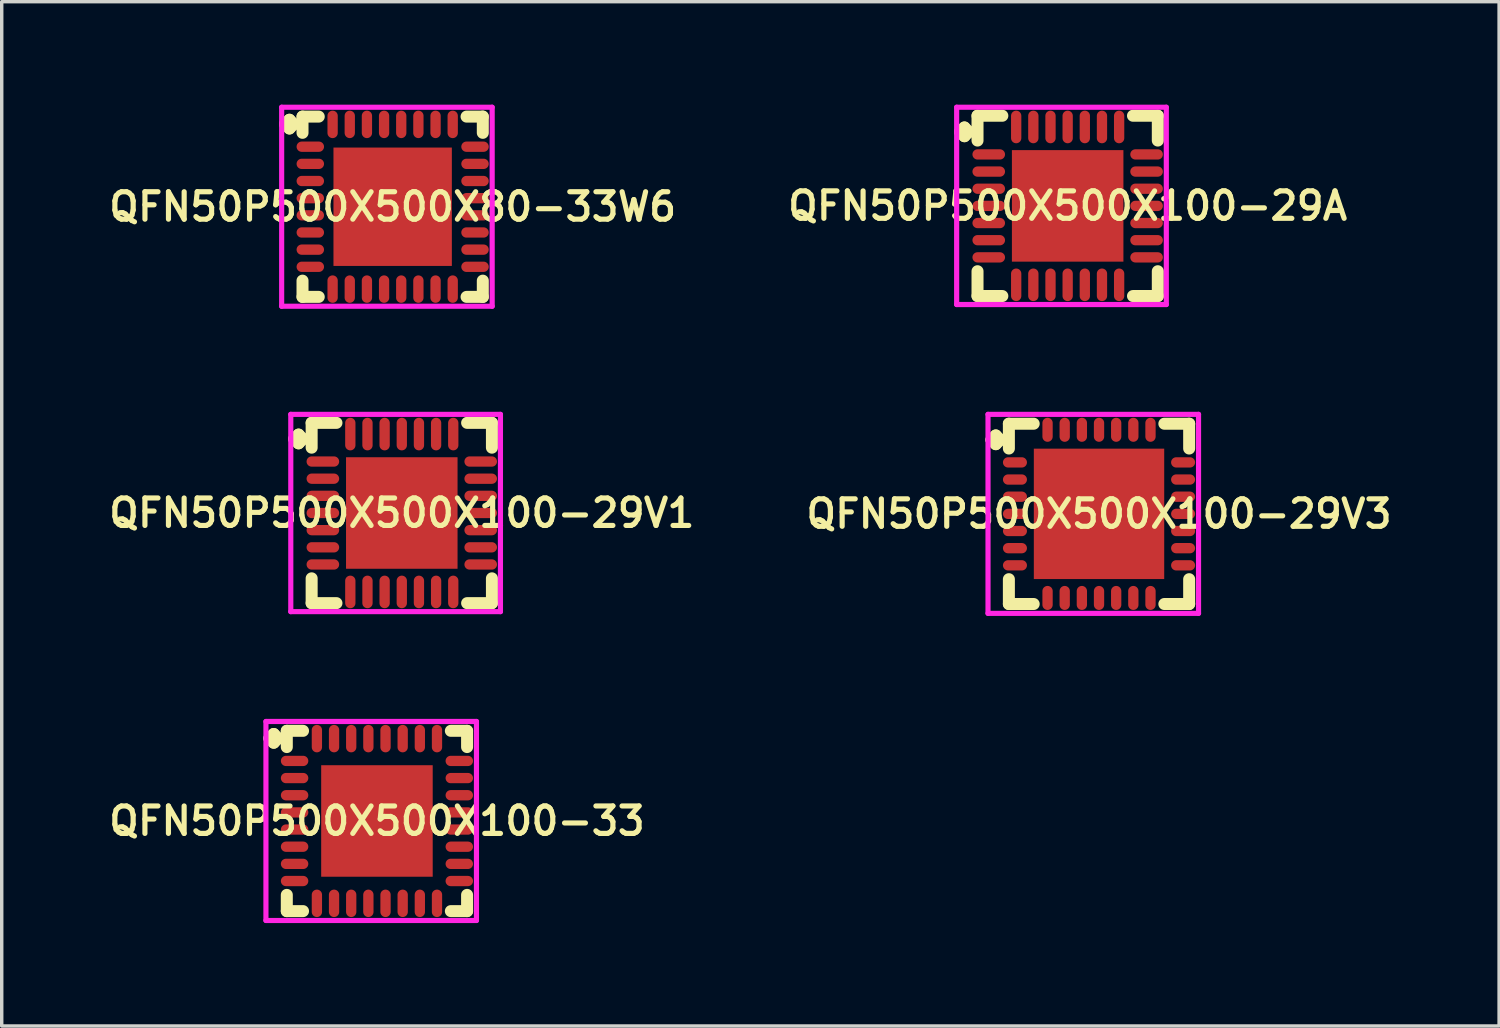
<source format=kicad_pcb>
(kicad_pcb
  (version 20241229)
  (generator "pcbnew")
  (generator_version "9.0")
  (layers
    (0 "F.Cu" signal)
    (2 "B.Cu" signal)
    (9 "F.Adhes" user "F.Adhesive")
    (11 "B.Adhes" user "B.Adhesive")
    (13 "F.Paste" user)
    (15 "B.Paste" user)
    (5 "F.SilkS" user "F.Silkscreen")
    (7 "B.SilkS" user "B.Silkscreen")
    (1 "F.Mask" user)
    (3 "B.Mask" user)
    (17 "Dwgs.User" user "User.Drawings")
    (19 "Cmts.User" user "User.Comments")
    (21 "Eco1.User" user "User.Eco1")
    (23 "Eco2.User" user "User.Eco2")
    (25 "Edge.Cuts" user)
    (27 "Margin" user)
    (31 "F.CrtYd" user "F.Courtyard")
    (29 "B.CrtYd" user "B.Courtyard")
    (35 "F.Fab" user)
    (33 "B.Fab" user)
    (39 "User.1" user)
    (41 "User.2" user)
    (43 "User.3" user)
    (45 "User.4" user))
  (footprint "QFN50P500X500X100-29V1"
    (layer "F.Cu")
    (at 8.659 11.9)
    (property "Reference" "QFN50P500X500X100-29V1" (at 0 0 0) (layer "F.SilkS") (effects (font (size 0.8 0.8) (thickness 0.15))))
    (attr smd)
    (fp_line (start -3.135 -2.158) (end -3.008 -2.285) (stroke (width 0.35) (type solid)) (layer "F.SilkS"))
    (fp_line (start -3.008 -2.285) (end -2.881 -2.158) (stroke (width 0.35) (type solid)) (layer "F.SilkS"))
    (fp_line (start -3.008 -2.031) (end -3.135 -2.158) (stroke (width 0.35) (type solid)) (layer "F.SilkS"))
    (fp_line (start -2.881 -2.158) (end -3.008 -2.031) (stroke (width 0.35) (type solid)) (layer "F.SilkS"))
    (fp_line (start -2.627 -2.627) (end -1.904 -2.627) (stroke (width 0.35) (type solid)) (layer "F.SilkS"))
    (fp_line (start -2.627 -1.904) (end -2.627 -2.627) (stroke (width 0.35) (type solid)) (layer "F.SilkS"))
    (fp_line (start -2.627 1.904) (end -2.627 2.627) (stroke (width 0.35) (type solid)) (layer "F.SilkS"))
    (fp_line (start -2.627 2.627) (end -1.904 2.627) (stroke (width 0.35) (type solid)) (layer "F.SilkS"))
    (fp_line (start 1.904 -2.627) (end 2.627 -2.627) (stroke (width 0.35) (type solid)) (layer "F.SilkS"))
    (fp_line (start 1.904 2.627) (end 2.627 2.627) (stroke (width 0.35) (type solid)) (layer "F.SilkS"))
    (fp_line (start 2.627 -2.627) (end 2.627 -1.904) (stroke (width 0.35) (type solid)) (layer "F.SilkS"))
    (fp_line (start 2.627 2.627) (end 2.627 1.904) (stroke (width 0.35) (type solid)) (layer "F.SilkS"))
    (fp_line (start -3.235 -2.875) (end 2.875 -2.875) (stroke (width 0.15) (type solid)) (layer "F.CrtYd"))
    (fp_line (start -3.235 2.875) (end -3.235 -2.875) (stroke (width 0.15) (type solid)) (layer "F.CrtYd"))
    (fp_line (start 2.875 -2.875) (end 2.875 2.875) (stroke (width 0.15) (type solid)) (layer "F.CrtYd"))
    (fp_line (start 2.875 2.875) (end -3.235 2.875) (stroke (width 0.15) (type solid)) (layer "F.CrtYd"))
    (pad "1" smd oval (at -2.3 -1.5) (size 0.95 0.3) (layers "F.Cu" "F.Mask" "F.Paste"))
    (pad "2" smd oval (at -2.3 -1) (size 0.95 0.3) (layers "F.Cu" "F.Mask" "F.Paste"))
    (pad "3" smd oval (at -2.3 -0.5) (size 0.95 0.3) (layers "F.Cu" "F.Mask" "F.Paste"))
    (pad "4" smd oval (at -2.3 0) (size 0.95 0.3) (layers "F.Cu" "F.Mask" "F.Paste"))
    (pad "5" smd oval (at -2.3 0.5) (size 0.95 0.3) (layers "F.Cu" "F.Mask" "F.Paste"))
    (pad "6" smd oval (at -2.3 1) (size 0.95 0.3) (layers "F.Cu" "F.Mask" "F.Paste"))
    (pad "7" smd oval (at -2.3 1.5) (size 0.95 0.3) (layers "F.Cu" "F.Mask" "F.Paste"))
    (pad "8" smd oval (at -1.5 2.3) (size 0.3 0.95) (layers "F.Cu" "F.Mask" "F.Paste"))
    (pad "9" smd oval (at -1 2.3) (size 0.3 0.95) (layers "F.Cu" "F.Mask" "F.Paste"))
    (pad "10" smd oval (at -0.5 2.3) (size 0.3 0.95) (layers "F.Cu" "F.Mask" "F.Paste"))
    (pad "11" smd oval (at 0 2.3) (size 0.3 0.95) (layers "F.Cu" "F.Mask" "F.Paste"))
    (pad "12" smd oval (at 0.5 2.3) (size 0.3 0.95) (layers "F.Cu" "F.Mask" "F.Paste"))
    (pad "13" smd oval (at 1 2.3) (size 0.3 0.95) (layers "F.Cu" "F.Mask" "F.Paste"))
    (pad "14" smd oval (at 1.5 2.3) (size 0.3 0.95) (layers "F.Cu" "F.Mask" "F.Paste"))
    (pad "15" smd oval (at 2.3 1.5) (size 0.95 0.3) (layers "F.Cu" "F.Mask" "F.Paste"))
    (pad "16" smd oval (at 2.3 1) (size 0.95 0.3) (layers "F.Cu" "F.Mask" "F.Paste"))
    (pad "17" smd oval (at 2.3 0.5) (size 0.95 0.3) (layers "F.Cu" "F.Mask" "F.Paste"))
    (pad "18" smd oval (at 2.3 0) (size 0.95 0.3) (layers "F.Cu" "F.Mask" "F.Paste"))
    (pad "19" smd oval (at 2.3 -0.5) (size 0.95 0.3) (layers "F.Cu" "F.Mask" "F.Paste"))
    (pad "20" smd oval (at 2.3 -1) (size 0.95 0.3) (layers "F.Cu" "F.Mask" "F.Paste"))
    (pad "21" smd oval (at 2.3 -1.5) (size 0.95 0.3) (layers "F.Cu" "F.Mask" "F.Paste"))
    (pad "22" smd oval (at 1.5 -2.3) (size 0.3 0.95) (layers "F.Cu" "F.Mask" "F.Paste"))
    (pad "23" smd oval (at 1 -2.3) (size 0.3 0.95) (layers "F.Cu" "F.Mask" "F.Paste"))
    (pad "24" smd oval (at 0.5 -2.3) (size 0.3 0.95) (layers "F.Cu" "F.Mask" "F.Paste"))
    (pad "25" smd oval (at 0 -2.3) (size 0.3 0.95) (layers "F.Cu" "F.Mask" "F.Paste"))
    (pad "26" smd oval (at -0.5 -2.3) (size 0.3 0.95) (layers "F.Cu" "F.Mask" "F.Paste"))
    (pad "27" smd oval (at -1 -2.3) (size 0.3 0.95) (layers "F.Cu" "F.Mask" "F.Paste"))
    (pad "28" smd oval (at -1.5 -2.3) (size 0.3 0.95) (layers "F.Cu" "F.Mask" "F.Paste"))
    (pad "29" smd rect (at 0 0) (size 3.25 3.25) (layers "F.Cu" "F.Mask" "F.Paste")))
  (footprint "QFN50P500X500X80-33W6"
    (layer "F.Cu")
    (at 8.393 2.975)
    (property "Reference" "QFN50P500X500X80-33W6" (at 0 0 0) (layer "F.SilkS") (effects (font (size 0.8 0.8) (thickness 0.15))))
    (attr smd)
    (fp_line (start -3.135 -2.408) (end -3.008 -2.535) (stroke (width 0.35) (type solid)) (layer "F.SilkS"))
    (fp_line (start -3.008 -2.535) (end -2.881 -2.408) (stroke (width 0.35) (type solid)) (layer "F.SilkS"))
    (fp_line (start -3.008 -2.281) (end -3.135 -2.408) (stroke (width 0.35) (type solid)) (layer "F.SilkS"))
    (fp_line (start -2.881 -2.408) (end -3.008 -2.281) (stroke (width 0.35) (type solid)) (layer "F.SilkS"))
    (fp_line (start -2.627 -2.627) (end -2.154 -2.627) (stroke (width 0.35) (type solid)) (layer "F.SilkS"))
    (fp_line (start -2.627 -2.154) (end -2.627 -2.627) (stroke (width 0.35) (type solid)) (layer "F.SilkS"))
    (fp_line (start -2.627 2.154) (end -2.627 2.627) (stroke (width 0.35) (type solid)) (layer "F.SilkS"))
    (fp_line (start -2.627 2.627) (end -2.154 2.627) (stroke (width 0.35) (type solid)) (layer "F.SilkS"))
    (fp_line (start 2.154 -2.627) (end 2.627 -2.627) (stroke (width 0.35) (type solid)) (layer "F.SilkS"))
    (fp_line (start 2.154 2.627) (end 2.627 2.627) (stroke (width 0.35) (type solid)) (layer "F.SilkS"))
    (fp_line (start 2.627 -2.627) (end 2.627 -2.154) (stroke (width 0.35) (type solid)) (layer "F.SilkS"))
    (fp_line (start 2.627 2.627) (end 2.627 2.154) (stroke (width 0.35) (type solid)) (layer "F.SilkS"))
    (fp_line (start -3.235 -2.9) (end 2.9 -2.9) (stroke (width 0.15) (type solid)) (layer "F.CrtYd"))
    (fp_line (start -3.235 2.9) (end -3.235 -2.9) (stroke (width 0.15) (type solid)) (layer "F.CrtYd"))
    (fp_line (start 2.9 -2.9) (end 2.9 2.9) (stroke (width 0.15) (type solid)) (layer "F.CrtYd"))
    (fp_line (start 2.9 2.9) (end -3.235 2.9) (stroke (width 0.15) (type solid)) (layer "F.CrtYd"))
    (pad "1" smd oval (at -2.4 -1.75) (size 0.8 0.3) (layers "F.Cu" "F.Mask" "F.Paste"))
    (pad "2" smd oval (at -2.4 -1.25) (size 0.8 0.3) (layers "F.Cu" "F.Mask" "F.Paste"))
    (pad "3" smd oval (at -2.4 -0.75) (size 0.8 0.3) (layers "F.Cu" "F.Mask" "F.Paste"))
    (pad "4" smd oval (at -2.4 -0.25) (size 0.8 0.3) (layers "F.Cu" "F.Mask" "F.Paste"))
    (pad "5" smd oval (at -2.4 0.25) (size 0.8 0.3) (layers "F.Cu" "F.Mask" "F.Paste"))
    (pad "6" smd oval (at -2.4 0.75) (size 0.8 0.3) (layers "F.Cu" "F.Mask" "F.Paste"))
    (pad "7" smd oval (at -2.4 1.25) (size 0.8 0.3) (layers "F.Cu" "F.Mask" "F.Paste"))
    (pad "8" smd oval (at -2.4 1.75) (size 0.8 0.3) (layers "F.Cu" "F.Mask" "F.Paste"))
    (pad "9" smd oval (at -1.75 2.4) (size 0.3 0.8) (layers "F.Cu" "F.Mask" "F.Paste"))
    (pad "10" smd oval (at -1.25 2.4) (size 0.3 0.8) (layers "F.Cu" "F.Mask" "F.Paste"))
    (pad "11" smd oval (at -0.75 2.4) (size 0.3 0.8) (layers "F.Cu" "F.Mask" "F.Paste"))
    (pad "12" smd oval (at -0.25 2.4) (size 0.3 0.8) (layers "F.Cu" "F.Mask" "F.Paste"))
    (pad "13" smd oval (at 0.25 2.4) (size 0.3 0.8) (layers "F.Cu" "F.Mask" "F.Paste"))
    (pad "14" smd oval (at 0.75 2.4) (size 0.3 0.8) (layers "F.Cu" "F.Mask" "F.Paste"))
    (pad "15" smd oval (at 1.25 2.4) (size 0.3 0.8) (layers "F.Cu" "F.Mask" "F.Paste"))
    (pad "16" smd oval (at 1.75 2.4) (size 0.3 0.8) (layers "F.Cu" "F.Mask" "F.Paste"))
    (pad "17" smd oval (at 2.4 1.75) (size 0.8 0.3) (layers "F.Cu" "F.Mask" "F.Paste"))
    (pad "18" smd oval (at 2.4 1.25) (size 0.8 0.3) (layers "F.Cu" "F.Mask" "F.Paste"))
    (pad "19" smd oval (at 2.4 0.75) (size 0.8 0.3) (layers "F.Cu" "F.Mask" "F.Paste"))
    (pad "20" smd oval (at 2.4 0.25) (size 0.8 0.3) (layers "F.Cu" "F.Mask" "F.Paste"))
    (pad "21" smd oval (at 2.4 -0.25) (size 0.8 0.3) (layers "F.Cu" "F.Mask" "F.Paste"))
    (pad "22" smd oval (at 2.4 -0.75) (size 0.8 0.3) (layers "F.Cu" "F.Mask" "F.Paste"))
    (pad "23" smd oval (at 2.4 -1.25) (size 0.8 0.3) (layers "F.Cu" "F.Mask" "F.Paste"))
    (pad "24" smd oval (at 2.4 -1.75) (size 0.8 0.3) (layers "F.Cu" "F.Mask" "F.Paste"))
    (pad "25" smd oval (at 1.75 -2.4) (size 0.3 0.8) (layers "F.Cu" "F.Mask" "F.Paste"))
    (pad "26" smd oval (at 1.25 -2.4) (size 0.3 0.8) (layers "F.Cu" "F.Mask" "F.Paste"))
    (pad "27" smd oval (at 0.75 -2.4) (size 0.3 0.8) (layers "F.Cu" "F.Mask" "F.Paste"))
    (pad "28" smd oval (at 0.25 -2.4) (size 0.3 0.8) (layers "F.Cu" "F.Mask" "F.Paste"))
    (pad "29" smd oval (at -0.25 -2.4) (size 0.3 0.8) (layers "F.Cu" "F.Mask" "F.Paste"))
    (pad "30" smd oval (at -0.75 -2.4) (size 0.3 0.8) (layers "F.Cu" "F.Mask" "F.Paste"))
    (pad "31" smd oval (at -1.25 -2.4) (size 0.3 0.8) (layers "F.Cu" "F.Mask" "F.Paste"))
    (pad "32" smd oval (at -1.75 -2.4) (size 0.3 0.8) (layers "F.Cu" "F.Mask" "F.Paste"))
    (pad "33" smd rect (at 0 0) (size 3.45 3.45) (layers "F.Cu" "F.Mask" "F.Paste")))
  (footprint "QFN50P500X500X100-29A"
    (layer "F.Cu")
    (at 28.064 2.95)
    (property "Reference" "QFN50P500X500X100-29A" (at 0 0 0) (layer "F.SilkS") (effects (font (size 0.8 0.8) (thickness 0.15))))
    (attr smd)
    (fp_line (start -3.135 -2.158) (end -3.008 -2.285) (stroke (width 0.35) (type solid)) (layer "F.SilkS"))
    (fp_line (start -3.008 -2.285) (end -2.881 -2.158) (stroke (width 0.35) (type solid)) (layer "F.SilkS"))
    (fp_line (start -3.008 -2.031) (end -3.135 -2.158) (stroke (width 0.35) (type solid)) (layer "F.SilkS"))
    (fp_line (start -2.881 -2.158) (end -3.008 -2.031) (stroke (width 0.35) (type solid)) (layer "F.SilkS"))
    (fp_line (start -2.627 -2.627) (end -1.904 -2.627) (stroke (width 0.35) (type solid)) (layer "F.SilkS"))
    (fp_line (start -2.627 -1.904) (end -2.627 -2.627) (stroke (width 0.35) (type solid)) (layer "F.SilkS"))
    (fp_line (start -2.627 1.904) (end -2.627 2.627) (stroke (width 0.35) (type solid)) (layer "F.SilkS"))
    (fp_line (start -2.627 2.627) (end -1.904 2.627) (stroke (width 0.35) (type solid)) (layer "F.SilkS"))
    (fp_line (start 1.904 -2.627) (end 2.627 -2.627) (stroke (width 0.35) (type solid)) (layer "F.SilkS"))
    (fp_line (start 1.904 2.627) (end 2.627 2.627) (stroke (width 0.35) (type solid)) (layer "F.SilkS"))
    (fp_line (start 2.627 -2.627) (end 2.627 -1.904) (stroke (width 0.35) (type solid)) (layer "F.SilkS"))
    (fp_line (start 2.627 2.627) (end 2.627 1.904) (stroke (width 0.35) (type solid)) (layer "F.SilkS"))
    (fp_line (start -3.235 -2.875) (end 2.875 -2.875) (stroke (width 0.15) (type solid)) (layer "F.CrtYd"))
    (fp_line (start -3.235 2.875) (end -3.235 -2.875) (stroke (width 0.15) (type solid)) (layer "F.CrtYd"))
    (fp_line (start 2.875 -2.875) (end 2.875 2.875) (stroke (width 0.15) (type solid)) (layer "F.CrtYd"))
    (fp_line (start 2.875 2.875) (end -3.235 2.875) (stroke (width 0.15) (type solid)) (layer "F.CrtYd"))
    (pad "1" smd oval (at -2.3 -1.5) (size 0.95 0.3) (layers "F.Cu" "F.Mask" "F.Paste"))
    (pad "2" smd oval (at -2.3 -1) (size 0.95 0.3) (layers "F.Cu" "F.Mask" "F.Paste"))
    (pad "3" smd oval (at -2.3 -0.5) (size 0.95 0.3) (layers "F.Cu" "F.Mask" "F.Paste"))
    (pad "4" smd oval (at -2.3 0) (size 0.95 0.3) (layers "F.Cu" "F.Mask" "F.Paste"))
    (pad "5" smd oval (at -2.3 0.5) (size 0.95 0.3) (layers "F.Cu" "F.Mask" "F.Paste"))
    (pad "6" smd oval (at -2.3 1) (size 0.95 0.3) (layers "F.Cu" "F.Mask" "F.Paste"))
    (pad "7" smd oval (at -2.3 1.5) (size 0.95 0.3) (layers "F.Cu" "F.Mask" "F.Paste"))
    (pad "8" smd oval (at -1.5 2.3) (size 0.3 0.95) (layers "F.Cu" "F.Mask" "F.Paste"))
    (pad "9" smd oval (at -1 2.3) (size 0.3 0.95) (layers "F.Cu" "F.Mask" "F.Paste"))
    (pad "10" smd oval (at -0.5 2.3) (size 0.3 0.95) (layers "F.Cu" "F.Mask" "F.Paste"))
    (pad "11" smd oval (at 0 2.3) (size 0.3 0.95) (layers "F.Cu" "F.Mask" "F.Paste"))
    (pad "12" smd oval (at 0.5 2.3) (size 0.3 0.95) (layers "F.Cu" "F.Mask" "F.Paste"))
    (pad "13" smd oval (at 1 2.3) (size 0.3 0.95) (layers "F.Cu" "F.Mask" "F.Paste"))
    (pad "14" smd oval (at 1.5 2.3) (size 0.3 0.95) (layers "F.Cu" "F.Mask" "F.Paste"))
    (pad "15" smd oval (at 2.3 1.5) (size 0.95 0.3) (layers "F.Cu" "F.Mask" "F.Paste"))
    (pad "16" smd oval (at 2.3 1) (size 0.95 0.3) (layers "F.Cu" "F.Mask" "F.Paste"))
    (pad "17" smd oval (at 2.3 0.5) (size 0.95 0.3) (layers "F.Cu" "F.Mask" "F.Paste"))
    (pad "18" smd oval (at 2.3 0) (size 0.95 0.3) (layers "F.Cu" "F.Mask" "F.Paste"))
    (pad "19" smd oval (at 2.3 -0.5) (size 0.95 0.3) (layers "F.Cu" "F.Mask" "F.Paste"))
    (pad "20" smd oval (at 2.3 -1) (size 0.95 0.3) (layers "F.Cu" "F.Mask" "F.Paste"))
    (pad "21" smd oval (at 2.3 -1.5) (size 0.95 0.3) (layers "F.Cu" "F.Mask" "F.Paste"))
    (pad "22" smd oval (at 1.5 -2.3) (size 0.3 0.95) (layers "F.Cu" "F.Mask" "F.Paste"))
    (pad "23" smd oval (at 1 -2.3) (size 0.3 0.95) (layers "F.Cu" "F.Mask" "F.Paste"))
    (pad "24" smd oval (at 0.5 -2.3) (size 0.3 0.95) (layers "F.Cu" "F.Mask" "F.Paste"))
    (pad "25" smd oval (at 0 -2.3) (size 0.3 0.95) (layers "F.Cu" "F.Mask" "F.Paste"))
    (pad "26" smd oval (at -0.5 -2.3) (size 0.3 0.95) (layers "F.Cu" "F.Mask" "F.Paste"))
    (pad "27" smd oval (at -1 -2.3) (size 0.3 0.95) (layers "F.Cu" "F.Mask" "F.Paste"))
    (pad "28" smd oval (at -1.5 -2.3) (size 0.3 0.95) (layers "F.Cu" "F.Mask" "F.Paste"))
    (pad "29" smd rect (at 0 0) (size 3.25 3.25) (layers "F.Cu" "F.Mask" "F.Paste")))
  (footprint "QFN50P500X500X100-33"
    (layer "F.Cu")
    (at 7.935 20.875)
    (property "Reference" "QFN50P500X500X100-33" (at 0 0 0) (layer "F.SilkS") (effects (font (size 0.8 0.8) (thickness 0.15))))
    (attr through_hole)
    (fp_line (start -3.135 -2.408) (end -3.008 -2.535) (stroke (width 0.35) (type solid)) (layer "F.SilkS"))
    (fp_line (start -3.008 -2.535) (end -2.881 -2.408) (stroke (width 0.35) (type solid)) (layer "F.SilkS"))
    (fp_line (start -3.008 -2.281) (end -3.135 -2.408) (stroke (width 0.35) (type solid)) (layer "F.SilkS"))
    (fp_line (start -2.881 -2.408) (end -3.008 -2.281) (stroke (width 0.35) (type solid)) (layer "F.SilkS"))
    (fp_line (start -2.627 -2.627) (end -2.154 -2.627) (stroke (width 0.35) (type solid)) (layer "F.SilkS"))
    (fp_line (start -2.627 -2.154) (end -2.627 -2.627) (stroke (width 0.35) (type solid)) (layer "F.SilkS"))
    (fp_line (start -2.627 2.154) (end -2.627 2.627) (stroke (width 0.35) (type solid)) (layer "F.SilkS"))
    (fp_line (start -2.627 2.627) (end -2.154 2.627) (stroke (width 0.35) (type solid)) (layer "F.SilkS"))
    (fp_line (start 2.154 -2.627) (end 2.627 -2.627) (stroke (width 0.35) (type solid)) (layer "F.SilkS"))
    (fp_line (start 2.154 2.627) (end 2.627 2.627) (stroke (width 0.35) (type solid)) (layer "F.SilkS"))
    (fp_line (start 2.627 -2.627) (end 2.627 -2.154) (stroke (width 0.35) (type solid)) (layer "F.SilkS"))
    (fp_line (start 2.627 2.627) (end 2.627 2.154) (stroke (width 0.35) (type solid)) (layer "F.SilkS"))
    (fp_line (start -3.235 -2.9) (end 2.9 -2.9) (stroke (width 0.15) (type solid)) (layer "F.CrtYd"))
    (fp_line (start -3.235 2.9) (end -3.235 -2.9) (stroke (width 0.15) (type solid)) (layer "F.CrtYd"))
    (fp_line (start 2.9 -2.9) (end 2.9 2.9) (stroke (width 0.15) (type solid)) (layer "F.CrtYd"))
    (fp_line (start 2.9 2.9) (end -3.235 2.9) (stroke (width 0.15) (type solid)) (layer "F.CrtYd"))
    (pad "1" smd oval (at -2.4 -1.75) (size 0.8 0.3) (layers "F.Cu" "F.Mask" "F.Paste"))
    (pad "2" smd oval (at -2.4 -1.25) (size 0.8 0.3) (layers "F.Cu" "F.Mask" "F.Paste"))
    (pad "3" smd oval (at -2.4 -0.75) (size 0.8 0.3) (layers "F.Cu" "F.Mask" "F.Paste"))
    (pad "4" smd oval (at -2.4 -0.25) (size 0.8 0.3) (layers "F.Cu" "F.Mask" "F.Paste"))
    (pad "5" smd oval (at -2.4 0.25) (size 0.8 0.3) (layers "F.Cu" "F.Mask" "F.Paste"))
    (pad "6" smd oval (at -2.4 0.75) (size 0.8 0.3) (layers "F.Cu" "F.Mask" "F.Paste"))
    (pad "7" smd oval (at -2.4 1.25) (size 0.8 0.3) (layers "F.Cu" "F.Mask" "F.Paste"))
    (pad "8" smd oval (at -2.4 1.75) (size 0.8 0.3) (layers "F.Cu" "F.Mask" "F.Paste"))
    (pad "9" smd oval (at -1.75 2.4) (size 0.3 0.8) (layers "F.Cu" "F.Mask" "F.Paste"))
    (pad "10" smd oval (at -1.25 2.4) (size 0.3 0.8) (layers "F.Cu" "F.Mask" "F.Paste"))
    (pad "11" smd oval (at -0.75 2.4) (size 0.3 0.8) (layers "F.Cu" "F.Mask" "F.Paste"))
    (pad "12" smd oval (at -0.25 2.4) (size 0.3 0.8) (layers "F.Cu" "F.Mask" "F.Paste"))
    (pad "13" smd oval (at 0.25 2.4) (size 0.3 0.8) (layers "F.Cu" "F.Mask" "F.Paste"))
    (pad "14" smd oval (at 0.75 2.4) (size 0.3 0.8) (layers "F.Cu" "F.Mask" "F.Paste"))
    (pad "15" smd oval (at 1.25 2.4) (size 0.3 0.8) (layers "F.Cu" "F.Mask" "F.Paste"))
    (pad "16" smd oval (at 1.75 2.4) (size 0.3 0.8) (layers "F.Cu" "F.Mask" "F.Paste"))
    (pad "17" smd oval (at 2.4 1.75) (size 0.8 0.3) (layers "F.Cu" "F.Mask" "F.Paste"))
    (pad "18" smd oval (at 2.4 1.25) (size 0.8 0.3) (layers "F.Cu" "F.Mask" "F.Paste"))
    (pad "19" smd oval (at 2.4 0.75) (size 0.8 0.3) (layers "F.Cu" "F.Mask" "F.Paste"))
    (pad "20" smd oval (at 2.4 0.25) (size 0.8 0.3) (layers "F.Cu" "F.Mask" "F.Paste"))
    (pad "21" smd oval (at 2.4 -0.25) (size 0.8 0.3) (layers "F.Cu" "F.Mask" "F.Paste"))
    (pad "22" smd oval (at 2.4 -0.75) (size 0.8 0.3) (layers "F.Cu" "F.Mask" "F.Paste"))
    (pad "23" smd oval (at 2.4 -1.25) (size 0.8 0.3) (layers "F.Cu" "F.Mask" "F.Paste"))
    (pad "24" smd oval (at 2.4 -1.75) (size 0.8 0.3) (layers "F.Cu" "F.Mask" "F.Paste"))
    (pad "25" smd oval (at 1.75 -2.4) (size 0.3 0.8) (layers "F.Cu" "F.Mask" "F.Paste"))
    (pad "26" smd oval (at 1.25 -2.4) (size 0.3 0.8) (layers "F.Cu" "F.Mask" "F.Paste"))
    (pad "27" smd oval (at 0.75 -2.4) (size 0.3 0.8) (layers "F.Cu" "F.Mask" "F.Paste"))
    (pad "28" smd oval (at 0.25 -2.4) (size 0.3 0.8) (layers "F.Cu" "F.Mask" "F.Paste"))
    (pad "29" smd oval (at -0.25 -2.4) (size 0.3 0.8) (layers "F.Cu" "F.Mask" "F.Paste"))
    (pad "30" smd oval (at -0.75 -2.4) (size 0.3 0.8) (layers "F.Cu" "F.Mask" "F.Paste"))
    (pad "31" smd oval (at -1.25 -2.4) (size 0.3 0.8) (layers "F.Cu" "F.Mask" "F.Paste"))
    (pad "32" smd oval (at -1.75 -2.4) (size 0.3 0.8) (layers "F.Cu" "F.Mask" "F.Paste"))
    (pad "33" smd rect (at 0 0) (size 3.25 3.25) (layers "F.Cu" "F.Mask" "F.Paste")))
  (footprint "QFN50P500X500X100-29V3"
    (layer "F.Cu")
    (at 28.978 11.925)
    (property "Reference" "QFN50P500X500X100-29V3" (at 0 0 0) (layer "F.SilkS") (effects (font (size 0.8 0.8) (thickness 0.15))))
    (attr smd)
    (fp_line (start -3.135 -2.158) (end -3.008 -2.285) (stroke (width 0.35) (type solid)) (layer "F.SilkS"))
    (fp_line (start -3.008 -2.285) (end -2.881 -2.158) (stroke (width 0.35) (type solid)) (layer "F.SilkS"))
    (fp_line (start -3.008 -2.031) (end -3.135 -2.158) (stroke (width 0.35) (type solid)) (layer "F.SilkS"))
    (fp_line (start -2.881 -2.158) (end -3.008 -2.031) (stroke (width 0.35) (type solid)) (layer "F.SilkS"))
    (fp_line (start -2.627 -2.627) (end -1.904 -2.627) (stroke (width 0.35) (type solid)) (layer "F.SilkS"))
    (fp_line (start -2.627 -1.904) (end -2.627 -2.627) (stroke (width 0.35) (type solid)) (layer "F.SilkS"))
    (fp_line (start -2.627 1.904) (end -2.627 2.627) (stroke (width 0.35) (type solid)) (layer "F.SilkS"))
    (fp_line (start -2.627 2.627) (end -1.904 2.627) (stroke (width 0.35) (type solid)) (layer "F.SilkS"))
    (fp_line (start 1.904 -2.627) (end 2.627 -2.627) (stroke (width 0.35) (type solid)) (layer "F.SilkS"))
    (fp_line (start 1.904 2.627) (end 2.627 2.627) (stroke (width 0.35) (type solid)) (layer "F.SilkS"))
    (fp_line (start 2.627 -2.627) (end 2.627 -1.904) (stroke (width 0.35) (type solid)) (layer "F.SilkS"))
    (fp_line (start 2.627 2.627) (end 2.627 1.904) (stroke (width 0.35) (type solid)) (layer "F.SilkS"))
    (fp_line (start -3.235 -2.9) (end 2.9 -2.9) (stroke (width 0.15) (type solid)) (layer "F.CrtYd"))
    (fp_line (start -3.235 2.9) (end -3.235 -2.9) (stroke (width 0.15) (type solid)) (layer "F.CrtYd"))
    (fp_line (start 2.9 -2.9) (end 2.9 2.9) (stroke (width 0.15) (type solid)) (layer "F.CrtYd"))
    (fp_line (start 2.9 2.9) (end -3.235 2.9) (stroke (width 0.15) (type solid)) (layer "F.CrtYd"))
    (pad "1" smd oval (at -2.45 -1.5) (size 0.7 0.3) (layers "F.Cu" "F.Mask" "F.Paste"))
    (pad "2" smd oval (at -2.45 -1) (size 0.7 0.3) (layers "F.Cu" "F.Mask" "F.Paste"))
    (pad "3" smd oval (at -2.45 -0.5) (size 0.7 0.3) (layers "F.Cu" "F.Mask" "F.Paste"))
    (pad "4" smd oval (at -2.45 0) (size 0.7 0.3) (layers "F.Cu" "F.Mask" "F.Paste"))
    (pad "5" smd oval (at -2.45 0.5) (size 0.7 0.3) (layers "F.Cu" "F.Mask" "F.Paste"))
    (pad "6" smd oval (at -2.45 1) (size 0.7 0.3) (layers "F.Cu" "F.Mask" "F.Paste"))
    (pad "7" smd oval (at -2.45 1.5) (size 0.7 0.3) (layers "F.Cu" "F.Mask" "F.Paste"))
    (pad "8" smd oval (at -1.5 2.45) (size 0.3 0.7) (layers "F.Cu" "F.Mask" "F.Paste"))
    (pad "9" smd oval (at -1 2.45) (size 0.3 0.7) (layers "F.Cu" "F.Mask" "F.Paste"))
    (pad "10" smd oval (at -0.5 2.45) (size 0.3 0.7) (layers "F.Cu" "F.Mask" "F.Paste"))
    (pad "11" smd oval (at 0 2.45) (size 0.3 0.7) (layers "F.Cu" "F.Mask" "F.Paste"))
    (pad "12" smd oval (at 0.5 2.45) (size 0.3 0.7) (layers "F.Cu" "F.Mask" "F.Paste"))
    (pad "13" smd oval (at 1 2.45) (size 0.3 0.7) (layers "F.Cu" "F.Mask" "F.Paste"))
    (pad "14" smd oval (at 1.5 2.45) (size 0.3 0.7) (layers "F.Cu" "F.Mask" "F.Paste"))
    (pad "15" smd oval (at 2.45 1.5) (size 0.7 0.3) (layers "F.Cu" "F.Mask" "F.Paste"))
    (pad "16" smd oval (at 2.45 1) (size 0.7 0.3) (layers "F.Cu" "F.Mask" "F.Paste"))
    (pad "17" smd oval (at 2.45 0.5) (size 0.7 0.3) (layers "F.Cu" "F.Mask" "F.Paste"))
    (pad "18" smd oval (at 2.45 0) (size 0.7 0.3) (layers "F.Cu" "F.Mask" "F.Paste"))
    (pad "19" smd oval (at 2.45 -0.5) (size 0.7 0.3) (layers "F.Cu" "F.Mask" "F.Paste"))
    (pad "20" smd oval (at 2.45 -1) (size 0.7 0.3) (layers "F.Cu" "F.Mask" "F.Paste"))
    (pad "21" smd oval (at 2.45 -1.5) (size 0.7 0.3) (layers "F.Cu" "F.Mask" "F.Paste"))
    (pad "22" smd oval (at 1.5 -2.45) (size 0.3 0.7) (layers "F.Cu" "F.Mask" "F.Paste"))
    (pad "23" smd oval (at 1 -2.45) (size 0.3 0.7) (layers "F.Cu" "F.Mask" "F.Paste"))
    (pad "24" smd oval (at 0.5 -2.45) (size 0.3 0.7) (layers "F.Cu" "F.Mask" "F.Paste"))
    (pad "25" smd oval (at 0 -2.45) (size 0.3 0.7) (layers "F.Cu" "F.Mask" "F.Paste"))
    (pad "26" smd oval (at -0.5 -2.45) (size 0.3 0.7) (layers "F.Cu" "F.Mask" "F.Paste"))
    (pad "27" smd oval (at -1 -2.45) (size 0.3 0.7) (layers "F.Cu" "F.Mask" "F.Paste"))
    (pad "28" smd oval (at -1.5 -2.45) (size 0.3 0.7) (layers "F.Cu" "F.Mask" "F.Paste"))
    (pad "29" smd rect (at 0 0) (size 3.8 3.8) (layers "F.Cu" "F.Mask" "F.Paste")))
  (gr_rect
    (start -3 -3)
    (end 40.637 26.85)
    (stroke (width 0.1) (type default))
    (fill no)
    (layer "Edge.Cuts")))
</source>
